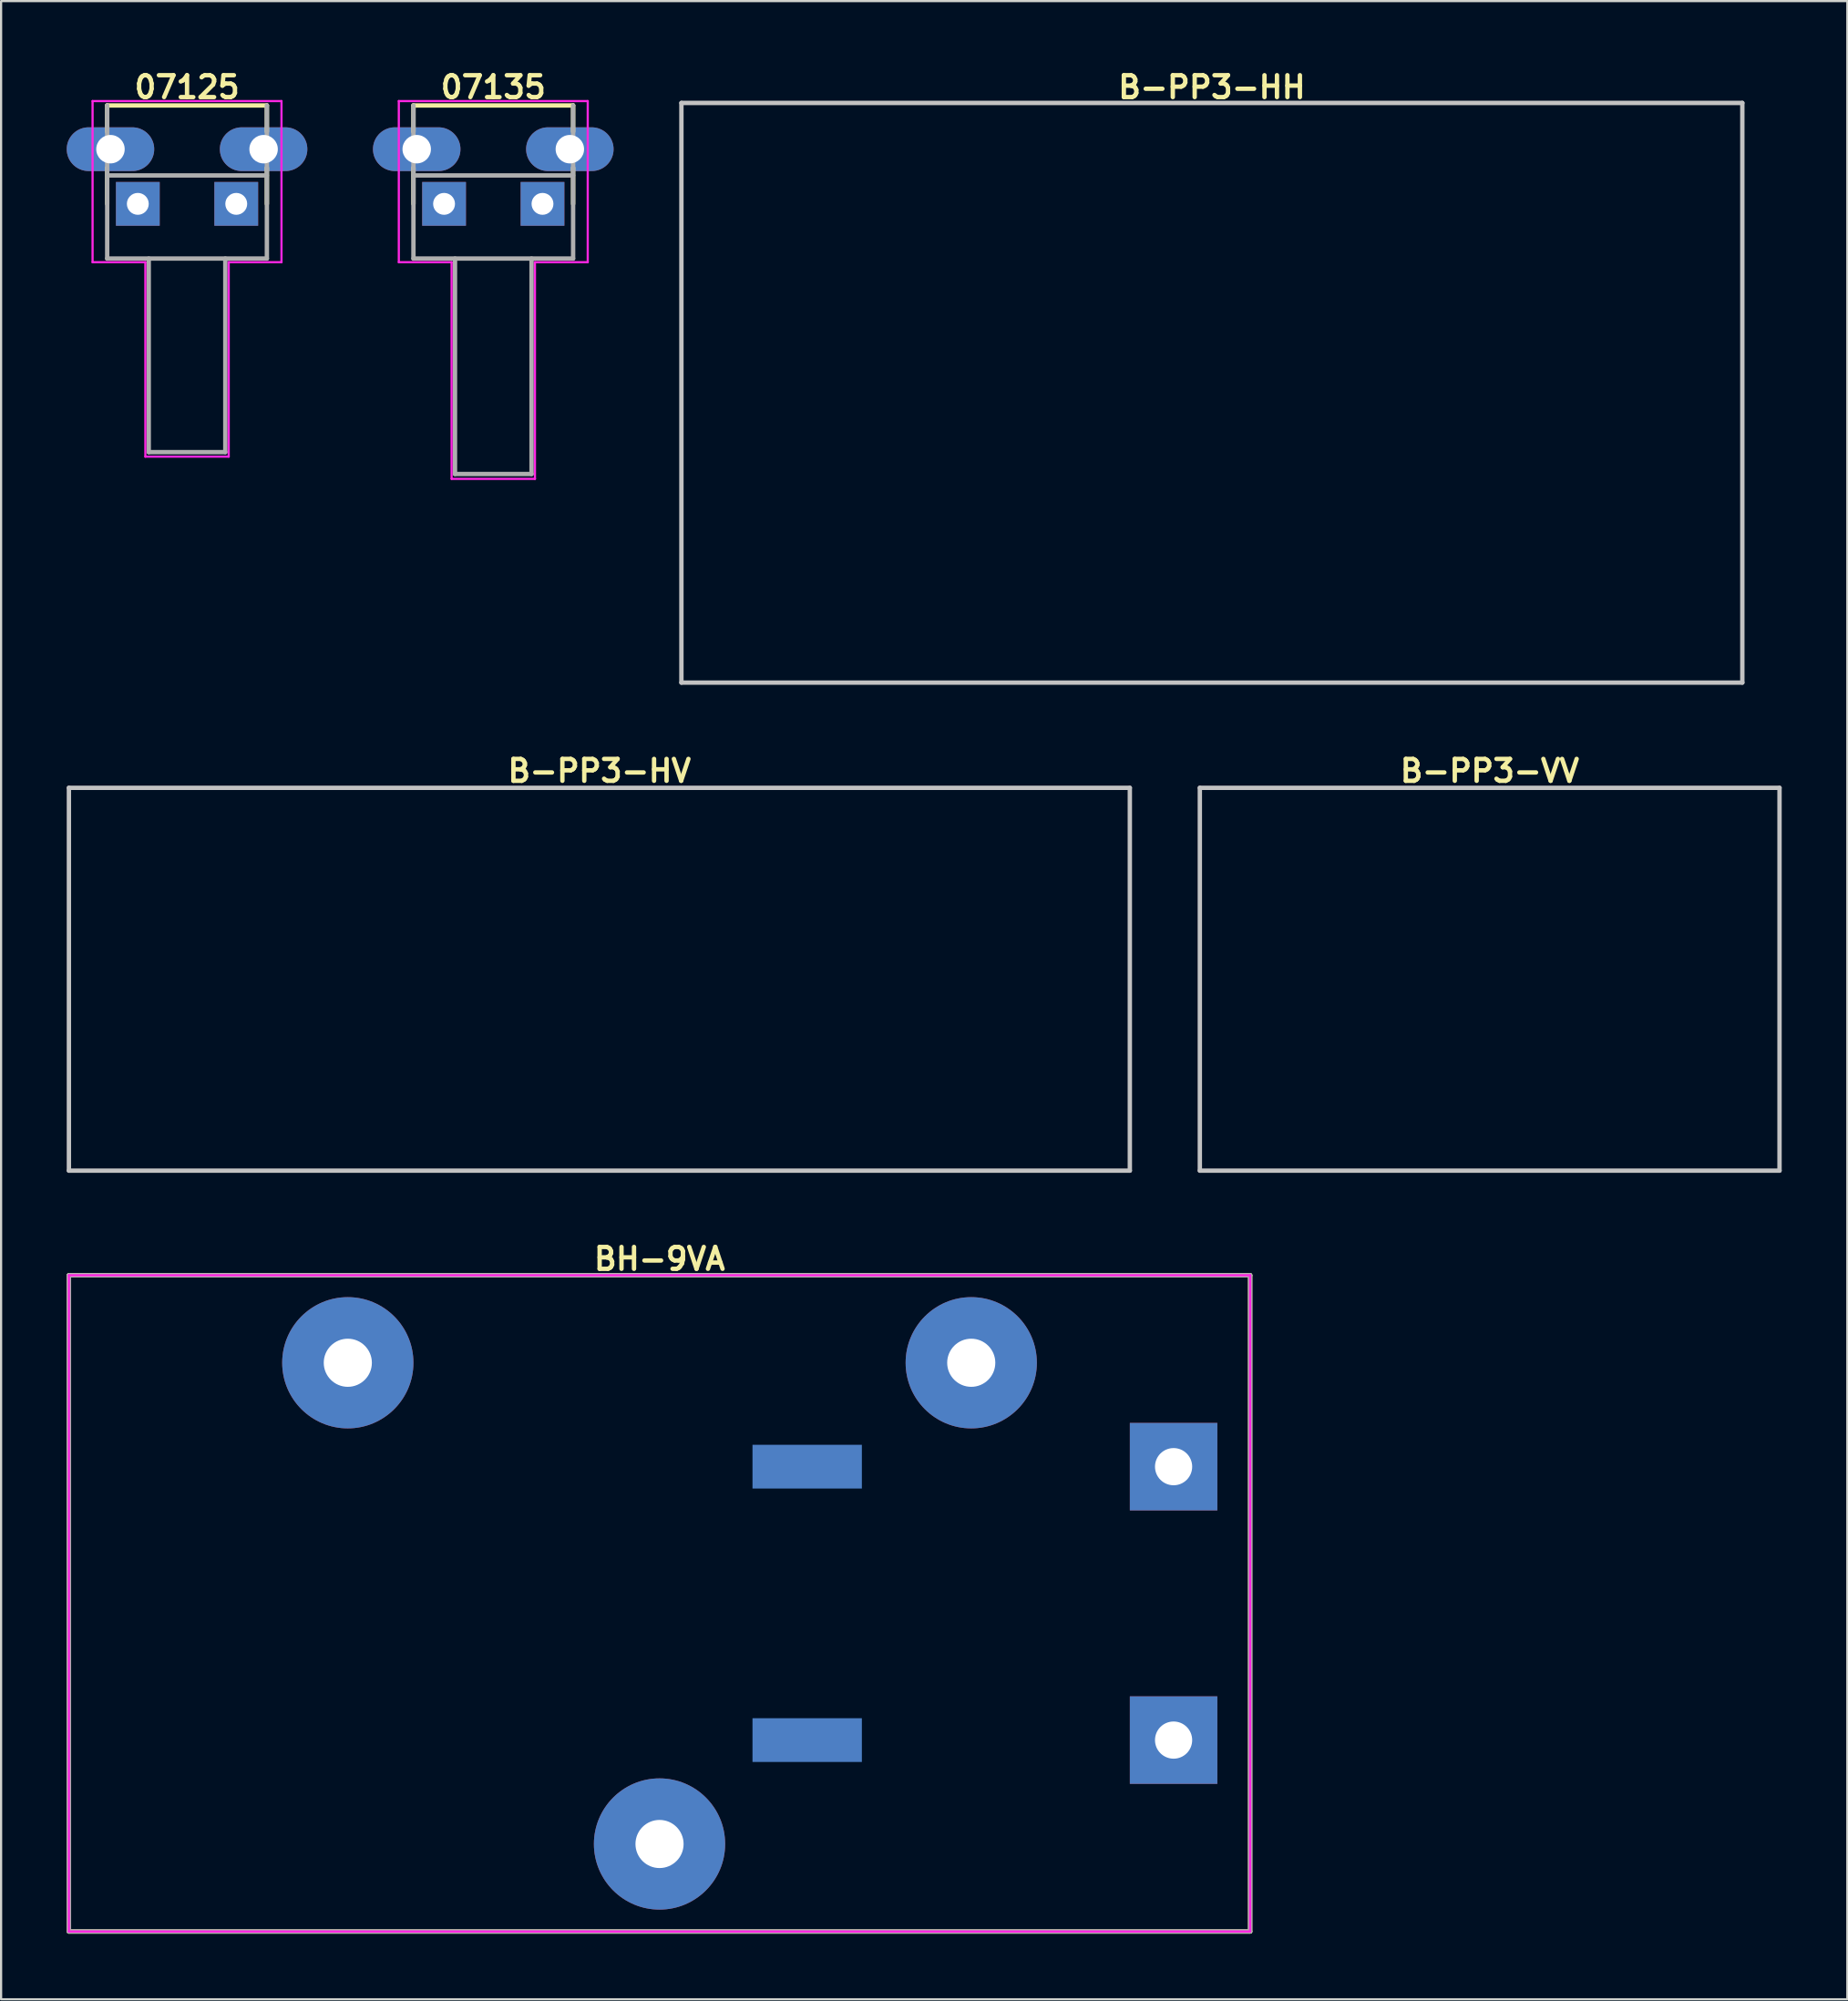
<source format=kicad_pcb>
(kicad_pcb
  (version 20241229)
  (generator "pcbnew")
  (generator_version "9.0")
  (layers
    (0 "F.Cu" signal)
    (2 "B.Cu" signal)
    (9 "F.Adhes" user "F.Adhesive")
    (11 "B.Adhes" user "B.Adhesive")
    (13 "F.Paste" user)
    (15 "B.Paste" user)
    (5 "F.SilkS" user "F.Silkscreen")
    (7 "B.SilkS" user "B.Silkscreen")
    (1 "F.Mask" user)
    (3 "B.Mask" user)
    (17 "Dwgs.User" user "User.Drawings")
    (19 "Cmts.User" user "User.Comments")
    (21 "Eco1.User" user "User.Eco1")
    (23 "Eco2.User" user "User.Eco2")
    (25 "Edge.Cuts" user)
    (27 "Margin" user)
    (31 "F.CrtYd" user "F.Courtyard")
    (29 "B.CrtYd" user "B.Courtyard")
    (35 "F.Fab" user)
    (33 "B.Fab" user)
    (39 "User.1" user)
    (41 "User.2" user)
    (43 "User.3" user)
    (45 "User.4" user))
  (footprint "B-PP3-VV"
    (layer "F.Cu")
    (at 65.05 41.717)
    (property "Reference" "B-PP3-VV" (at 0 -9.525 0) (layer "F.SilkS") (effects (font (size 1 1) (thickness 0.2))))
    (attr through_hole)
    (fp_line (start -13.25 -8.75) (end -13.25 8.75) (stroke (width 0.2) (type solid)) (layer "Dwgs.User"))
    (fp_line (start -13.25 -8.75) (end 13.25 -8.75) (stroke (width 0.2) (type solid)) (layer "Dwgs.User"))
    (fp_line (start -13.25 8.75) (end 13.25 8.75) (stroke (width 0.2) (type solid)) (layer "Dwgs.User"))
    (fp_line (start 13.25 -8.75) (end 13.25 8.75) (stroke (width 0.2) (type solid)) (layer "Dwgs.User")))
  (footprint "07125"
    (layer "F.Cu")
    (at 5.5 6.27)
    (property "Reference" "07125" (at 0 -5.334 0) (layer "F.SilkS") (effects (font (size 1 1) (thickness 0.2))))
    (attr through_hole)
    (fp_line (start -3.65 -4.5) (end -3.65 -3.302) (stroke (width 0.2) (type solid)) (layer "F.SilkS"))
    (fp_line (start -3.65 -4.5) (end 3.65 -4.5) (stroke (width 0.2) (type solid)) (layer "F.SilkS"))
    (fp_line (start -3.65 -1.651) (end -3.65 0) (stroke (width 0.2) (type solid)) (layer "F.SilkS"))
    (fp_line (start 3.65 -4.5) (end 3.65 -3.302) (stroke (width 0.2) (type solid)) (layer "F.SilkS"))
    (fp_line (start 3.65 -1.651) (end 3.65 0) (stroke (width 0.2) (type solid)) (layer "F.SilkS"))
    (fp_line (start -4.318 -4.699) (end -4.318 2.667) (stroke (width 0.1) (type solid)) (layer "F.CrtYd"))
    (fp_line (start -4.318 -4.699) (end 4.318 -4.699) (stroke (width 0.1) (type solid)) (layer "F.CrtYd"))
    (fp_line (start -4.318 2.667) (end -1.905 2.667) (stroke (width 0.1) (type solid)) (layer "F.CrtYd"))
    (fp_line (start -1.905 2.667) (end -1.905 11.557) (stroke (width 0.1) (type solid)) (layer "F.CrtYd"))
    (fp_line (start -1.905 11.557) (end 1.905 11.557) (stroke (width 0.1) (type solid)) (layer "F.CrtYd"))
    (fp_line (start 1.905 2.667) (end 1.905 11.557) (stroke (width 0.1) (type solid)) (layer "F.CrtYd"))
    (fp_line (start 1.905 2.667) (end 4.318 2.667) (stroke (width 0.1) (type solid)) (layer "F.CrtYd"))
    (fp_line (start 4.318 -4.699) (end 4.318 2.667) (stroke (width 0.1) (type solid)) (layer "F.CrtYd"))
    (fp_line (start -3.65 -4.5) (end -3.65 2.5) (stroke (width 0.2) (type solid)) (layer "F.Fab"))
    (fp_line (start -3.65 -1.3) (end 3.65 -1.3) (stroke (width 0.2) (type solid)) (layer "F.Fab"))
    (fp_line (start -3.65 2.5) (end 3.65 2.5) (stroke (width 0.2) (type solid)) (layer "F.Fab"))
    (fp_line (start -1.75 2.5) (end -1.75 11.35) (stroke (width 0.2) (type solid)) (layer "F.Fab"))
    (fp_line (start -1.75 11.35) (end 1.75 11.35) (stroke (width 0.2) (type solid)) (layer "F.Fab"))
    (fp_line (start 1.75 2.5) (end 1.75 11.35) (stroke (width 0.2) (type solid)) (layer "F.Fab"))
    (fp_line (start 3.65 -4.5) (end 3.65 2.5) (stroke (width 0.2) (type solid)) (layer "F.Fab"))
    (pad "0" thru_hole oval (at -3.5 -2.5) (size 4 2) (drill 1.3) (layers "*.Mask" "B.Cu"))
    (pad "0" thru_hole oval (at 3.5 -2.5) (size 4 2) (drill 1.3) (layers "*.Mask" "B.Cu"))
    (pad "1COM" thru_hole rect (at 2.25 0) (size 2 2) (drill 1) (layers "*.Mask" "B.Cu"))
    (pad "1NO" thru_hole rect (at -2.25 0) (size 2 2) (drill 1) (layers "*.Mask" "B.Cu")))
  (footprint "07135"
    (layer "F.Cu")
    (at 19.5 6.27)
    (property "Reference" "07135" (at 0 -5.334 0) (layer "F.SilkS") (effects (font (size 1 1) (thickness 0.2))))
    (attr through_hole)
    (fp_line (start -3.65 -4.5) (end -3.65 -3.302) (stroke (width 0.2) (type solid)) (layer "F.SilkS"))
    (fp_line (start -3.65 -4.5) (end 3.65 -4.5) (stroke (width 0.2) (type solid)) (layer "F.SilkS"))
    (fp_line (start -3.65 -1.651) (end -3.65 0) (stroke (width 0.2) (type solid)) (layer "F.SilkS"))
    (fp_line (start 3.65 -4.5) (end 3.65 -3.302) (stroke (width 0.2) (type solid)) (layer "F.SilkS"))
    (fp_line (start 3.65 -1.651) (end 3.65 0) (stroke (width 0.2) (type solid)) (layer "F.SilkS"))
    (fp_line (start -4.318 -4.699) (end -4.318 2.667) (stroke (width 0.1) (type solid)) (layer "F.CrtYd"))
    (fp_line (start -4.318 -4.699) (end 4.318 -4.699) (stroke (width 0.1) (type solid)) (layer "F.CrtYd"))
    (fp_line (start -4.318 2.667) (end -1.905 2.667) (stroke (width 0.1) (type solid)) (layer "F.CrtYd"))
    (fp_line (start -1.905 2.667) (end -1.905 12.573) (stroke (width 0.1) (type solid)) (layer "F.CrtYd"))
    (fp_line (start -1.905 12.573) (end 1.905 12.573) (stroke (width 0.1) (type solid)) (layer "F.CrtYd"))
    (fp_line (start 1.905 2.667) (end 1.905 12.573) (stroke (width 0.1) (type solid)) (layer "F.CrtYd"))
    (fp_line (start 1.905 2.667) (end 4.318 2.667) (stroke (width 0.1) (type solid)) (layer "F.CrtYd"))
    (fp_line (start 4.318 -4.699) (end 4.318 2.667) (stroke (width 0.1) (type solid)) (layer "F.CrtYd"))
    (fp_line (start -3.65 -4.5) (end -3.65 2.5) (stroke (width 0.2) (type solid)) (layer "F.Fab"))
    (fp_line (start -3.65 -1.3) (end 3.65 -1.3) (stroke (width 0.2) (type solid)) (layer "F.Fab"))
    (fp_line (start -3.65 2.5) (end 3.65 2.5) (stroke (width 0.2) (type solid)) (layer "F.Fab"))
    (fp_line (start -1.75 2.5) (end -1.75 12.35) (stroke (width 0.2) (type solid)) (layer "F.Fab"))
    (fp_line (start -1.75 12.35) (end 1.75 12.35) (stroke (width 0.2) (type solid)) (layer "F.Fab"))
    (fp_line (start 1.75 2.5) (end 1.75 12.35) (stroke (width 0.2) (type solid)) (layer "F.Fab"))
    (fp_line (start 3.65 -4.5) (end 3.65 2.5) (stroke (width 0.2) (type solid)) (layer "F.Fab"))
    (pad "0" thru_hole oval (at -3.5 -2.5) (size 4 2) (drill 1.3) (layers "B.Cu" "B.Mask"))
    (pad "0" thru_hole oval (at 3.5 -2.5) (size 4 2) (drill 1.3) (layers "B.Cu" "B.Mask"))
    (pad "1COM" thru_hole rect (at 2.25 0) (size 2 2) (drill 1) (layers "B.Cu" "B.Mask"))
    (pad "1NO" thru_hole rect (at -2.25 0) (size 2 2) (drill 1) (layers "B.Cu" "B.Mask")))
  (footprint "B-PP3-HH"
    (layer "F.Cu")
    (at 52.35 14.906)
    (property "Reference" "B-PP3-HH" (at 0 -13.97 0) (layer "F.SilkS") (effects (font (size 1 1) (thickness 0.2))))
    (attr through_hole)
    (fp_line (start -24.25 -13.25) (end -24.25 13.25) (stroke (width 0.2) (type solid)) (layer "Dwgs.User"))
    (fp_line (start -24.25 -13.25) (end 24.25 -13.25) (stroke (width 0.2) (type solid)) (layer "Dwgs.User"))
    (fp_line (start -24.25 13.25) (end 24.25 13.25) (stroke (width 0.2) (type solid)) (layer "Dwgs.User"))
    (fp_line (start 24.25 -13.25) (end 24.25 13.25) (stroke (width 0.2) (type solid)) (layer "Dwgs.User")))
  (footprint "B-PP3-HV"
    (layer "F.Cu")
    (at 24.35 41.717)
    (property "Reference" "B-PP3-HV" (at 0 -9.525 0) (layer "F.SilkS") (effects (font (size 1 1) (thickness 0.2))))
    (attr through_hole)
    (fp_line (start -24.25 -8.75) (end -24.25 8.75) (stroke (width 0.2) (type solid)) (layer "Dwgs.User"))
    (fp_line (start -24.25 -8.75) (end 24.25 -8.75) (stroke (width 0.2) (type solid)) (layer "Dwgs.User"))
    (fp_line (start -24.25 8.75) (end 24.25 8.75) (stroke (width 0.2) (type solid)) (layer "Dwgs.User"))
    (fp_line (start 24.25 -8.75) (end 24.25 8.75) (stroke (width 0.2) (type solid)) (layer "Dwgs.User")))
  (footprint "BH-9VA"
    (layer "F.Cu")
    (at 27.1 70.251)
    (property "Reference" "BH-9VA" (at 0 -15.748 0) (layer "F.SilkS") (effects (font (size 1 1) (thickness 0.2))))
    (attr through_hole)
    (fp_line (start -27 -15) (end -27 15) (stroke (width 0.2) (type solid)) (layer "F.SilkS"))
    (fp_line (start -27 -15) (end 27 -15) (stroke (width 0.2) (type solid)) (layer "F.SilkS"))
    (fp_line (start -27 15) (end 27 15) (stroke (width 0.2) (type solid)) (layer "F.SilkS"))
    (fp_line (start 27 -15) (end 27 15) (stroke (width 0.2) (type solid)) (layer "F.SilkS"))
    (fp_line (start -27 -15) (end -27 15) (stroke (width 0.1) (type solid)) (layer "F.CrtYd"))
    (fp_line (start -27 -15) (end 27 -15) (stroke (width 0.1) (type solid)) (layer "F.CrtYd"))
    (fp_line (start -27 15) (end 27 15) (stroke (width 0.1) (type solid)) (layer "F.CrtYd"))
    (fp_line (start 27 -15) (end 27 15) (stroke (width 0.1) (type solid)) (layer "F.CrtYd"))
    (fp_line (start -27 -15) (end -27 15) (stroke (width 0.2) (type solid)) (layer "F.Fab"))
    (fp_line (start -27 -15) (end 27 -15) (stroke (width 0.2) (type solid)) (layer "F.Fab"))
    (fp_line (start -27 15) (end 27 15) (stroke (width 0.2) (type solid)) (layer "F.Fab"))
    (fp_line (start 27 -15) (end 27 15) (stroke (width 0.2) (type solid)) (layer "F.Fab"))
    (pad "+" smd rect (at 6.75 6.25) (size 5 2) (layers "B.Cu" "B.Mask"))
    (pad "-" smd rect (at 6.75 -6.25) (size 5 2) (layers "B.Cu" "B.Mask"))
    (pad "0" thru_hole circle (at -14.25 -11) (size 6 6) (drill 2.2) (layers "B.Cu" "B.Mask"))
    (pad "0" thru_hole circle (at 0 11) (size 6 6) (drill 2.2) (layers "B.Cu" "B.Mask"))
    (pad "0" thru_hole circle (at 14.25 -11) (size 6 6) (drill 2.2) (layers "B.Cu" "B.Mask"))
    (pad "0" thru_hole rect (at 23.5 -6.25) (size 4 4) (drill 1.7) (layers "B.Cu"))
    (pad "0" thru_hole rect (at 23.5 6.25) (size 4 4) (drill 1.7) (layers "B.Cu")))
  (gr_rect
    (start -3 -3)
    (end 81.4 88.351)
    (stroke (width 0.1) (type default))
    (fill no)
    (layer "Edge.Cuts")))
</source>
